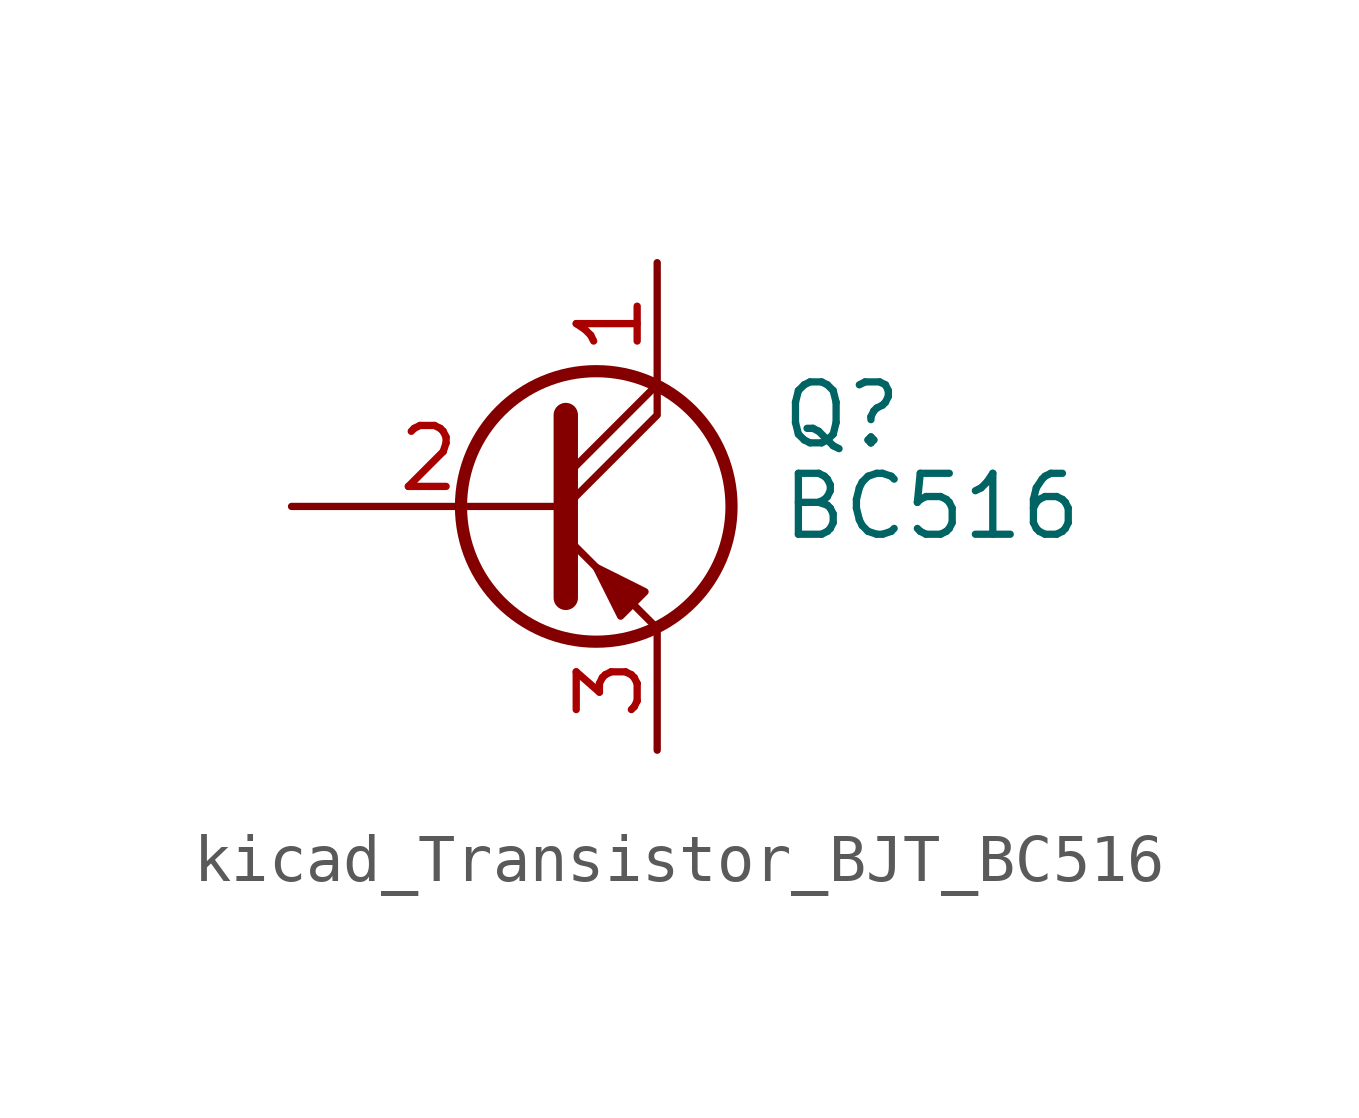
<source format=kicad_sym>
(kicad_symbol_lib
  (version 20220914)
  (generator kicad_symbol_editor)
  (symbol "kicad_Transistor_BJT_BC516"
    (pin_names
      (offset 0) hide)
    (property "Reference" "Q"
      (at 5.08 1.905 0)
      (effects (font (size 1.27 1.27)) (justify left)))
    (property "Value" "BC516"
      (at 5.08 0 0)
      (effects (font (size 1.27 1.27)) (justify left)))
    (symbol "kicad_Transistor_BJT_BC516_0_1"
      (polyline (pts (xy 0.635 0.635) (xy 2.54 2.54)) (stroke (width 0) (type default)) (fill (type none)))
      (polyline (pts (xy 0.635 -0.635) (xy 2.54 -2.54) (xy 2.54 -2.54)) (stroke (width 0) (type default)) (fill (type none)))
      (polyline (pts (xy 0.635 0) (xy 2.54 1.905) (xy 2.54 2.54)) (stroke (width 0) (type default)) (fill (type none)))
      (polyline (pts (xy 0.635 1.905) (xy 0.635 -1.905) (xy 0.635 -1.905)) (stroke (width 0.508) (type default)) (fill (type none)))
      (polyline (pts (xy 2.286 -1.778) (xy 1.778 -2.286) (xy 1.27 -1.27) (xy 2.286 -1.778) (xy 2.286 -1.778)) (stroke (width 0) (type default)) (fill (type outline)))
      (circle (center 1.27 0) (radius 2.819) (stroke (width 0.254) (type default)) (fill (type none))))
    (symbol "kicad_Transistor_BJT_BC516_1_1"
      (pin passive line (at 2.54 5.08 270) (length 2.54) (name "C" (effects (font (size 1.27 1.27)))) (number "1" (effects (font (size 1.27 1.27)))))
      (pin input line (at -5.08 0 0) (length 5.715) (name "B" (effects (font (size 1.27 1.27)))) (number "2" (effects (font (size 1.27 1.27)))))
      (pin passive line (at 2.54 -5.08 90) (length 2.54) (name "E" (effects (font (size 1.27 1.27)))) (number "3" (effects (font (size 1.27 1.27))))))))
</source>
